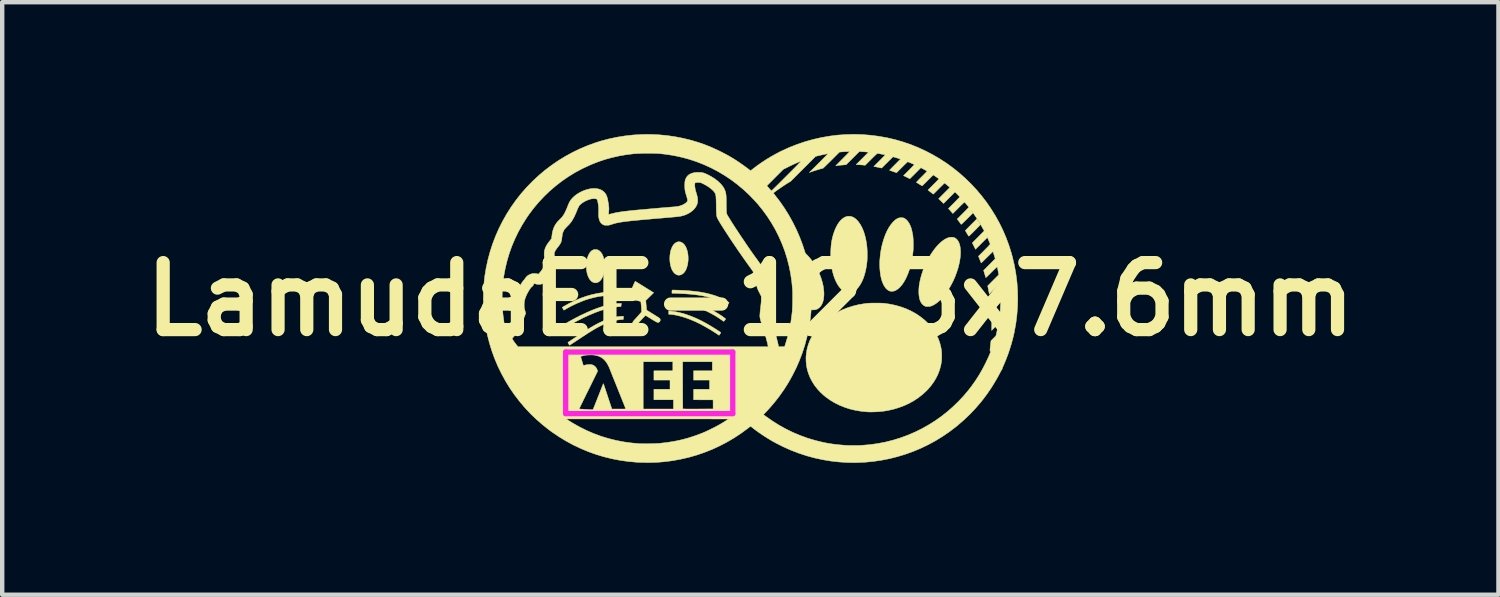
<source format=kicad_pcb>
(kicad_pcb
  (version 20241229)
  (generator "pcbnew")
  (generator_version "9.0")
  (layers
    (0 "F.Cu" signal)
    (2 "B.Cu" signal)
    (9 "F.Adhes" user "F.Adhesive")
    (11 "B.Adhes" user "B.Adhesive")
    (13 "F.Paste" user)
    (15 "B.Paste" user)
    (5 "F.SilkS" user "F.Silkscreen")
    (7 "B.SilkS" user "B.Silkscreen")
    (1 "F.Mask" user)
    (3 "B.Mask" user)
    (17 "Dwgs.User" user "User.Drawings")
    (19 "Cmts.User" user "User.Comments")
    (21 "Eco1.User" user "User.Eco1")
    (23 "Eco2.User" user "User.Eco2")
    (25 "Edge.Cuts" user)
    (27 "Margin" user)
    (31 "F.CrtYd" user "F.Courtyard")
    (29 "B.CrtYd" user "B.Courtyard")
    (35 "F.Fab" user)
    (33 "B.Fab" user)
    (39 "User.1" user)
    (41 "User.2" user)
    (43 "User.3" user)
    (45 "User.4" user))
  (footprint "LamudaEE-12.3x7.6mm"
    (layer "F.Cu")
    (at 14.014 3.756)
    (property "Reference" "LamudaEE-12.3x7.6mm" (at 0 0 0) (layer "F.SilkS") (effects (font (size 1.524 1.524) (thickness 0.3))))
    (attr exclude_from_pos_files exclude_from_bom)
    (fp_poly (pts (xy -1.826 0.267) (xy -1.714 0.281) (xy -1.6 0.305) (xy -1.483 0.337) (xy -1.364 0.379) (xy -1.242 0.429) (xy -1.117 0.488) (xy -0.989 0.557) (xy -0.9 0.609) (xy -0.872 0.626) (xy -0.842 0.644) (xy -0.811 0.664) (xy -0.781 0.683) (xy -0.752 0.701) (xy -0.726 0.719) (xy -0.704 0.733) (xy -0.687 0.745) (xy -0.676 0.753) (xy -0.672 0.756) (xy -0.674 0.762) (xy -0.68 0.773) (xy -0.689 0.787) (xy -0.69 0.789) (xy -0.711 0.819) (xy -0.784 0.77) (xy -0.904 0.694) (xy -1.023 0.625) (xy -1.139 0.562) (xy -1.253 0.507) (xy -1.364 0.46) (xy -1.472 0.42) (xy -1.576 0.388) (xy -1.675 0.364) (xy -1.745 0.351) (xy -1.772 0.348) (xy -1.797 0.345) (xy -1.818 0.343) (xy -1.832 0.342) (xy -1.833 0.342) (xy -1.856 0.342) (xy -1.856 0.264) (xy -1.826 0.267)) (stroke (width 0.01) (type solid)) (fill yes) (layer "F.SilkS"))
    (fp_poly (pts (xy -1.599 -1.306) (xy -1.566 -1.295) (xy -1.535 -1.276) (xy -1.505 -1.247) (xy -1.479 -1.21) (xy -1.465 -1.185) (xy -1.445 -1.134) (xy -1.429 -1.078) (xy -1.419 -1.02) (xy -1.414 -0.959) (xy -1.414 -0.899) (xy -1.419 -0.839) (xy -1.429 -0.781) (xy -1.444 -0.727) (xy -1.463 -0.677) (xy -1.486 -0.635) (xy -1.508 -0.606) (xy -1.538 -0.579) (xy -1.57 -0.56) (xy -1.603 -0.55) (xy -1.637 -0.548) (xy -1.664 -0.554) (xy -1.697 -0.57) (xy -1.728 -0.595) (xy -1.755 -0.627) (xy -1.779 -0.667) (xy -1.799 -0.714) (xy -1.814 -0.767) (xy -1.825 -0.825) (xy -1.831 -0.887) (xy -1.832 -0.927) (xy -1.829 -0.996) (xy -1.821 -1.058) (xy -1.808 -1.115) (xy -1.788 -1.168) (xy -1.78 -1.186) (xy -1.756 -1.228) (xy -1.728 -1.262) (xy -1.697 -1.286) (xy -1.665 -1.302) (xy -1.632 -1.308) (xy -1.599 -1.306)) (stroke (width 0.01) (type solid)) (fill yes) (layer "F.SilkS"))
    (fp_poly (pts (xy 5.174 -1.795) (xy 5.193 -1.764) (xy 5.209 -1.737) (xy 5.221 -1.717) (xy 5.229 -1.703) (xy 5.231 -1.697) (xy 5.228 -1.692) (xy 5.219 -1.682) (xy 5.204 -1.666) (xy 5.184 -1.646) (xy 5.16 -1.622) (xy 5.134 -1.595) (xy 5.105 -1.566) (xy 5.1 -1.561) (xy 5.067 -1.528) (xy 5.039 -1.5) (xy 5.017 -1.479) (xy 5 -1.463) (xy 4.988 -1.451) (xy 4.978 -1.443) (xy 4.972 -1.439) (xy 4.968 -1.437) (xy 4.965 -1.437) (xy 4.963 -1.44) (xy 4.961 -1.442) (xy 4.95 -1.46) (xy 4.937 -1.48) (xy 4.924 -1.502) (xy 4.912 -1.522) (xy 4.902 -1.54) (xy 4.894 -1.554) (xy 4.89 -1.561) (xy 4.889 -1.562) (xy 4.893 -1.566) (xy 4.902 -1.577) (xy 4.917 -1.592) (xy 4.937 -1.612) (xy 4.96 -1.636) (xy 4.987 -1.663) (xy 5.016 -1.692) (xy 5.021 -1.697) (xy 5.152 -1.828) (xy 5.174 -1.795)) (stroke (width 0.01) (type solid)) (fill yes) (layer "F.SilkS"))
    (fp_poly (pts (xy -3.486 -1.129) (xy -3.452 -1.115) (xy -3.422 -1.093) (xy -3.394 -1.063) (xy -3.37 -1.026) (xy -3.35 -0.981) (xy -3.334 -0.93) (xy -3.322 -0.874) (xy -3.315 -0.811) (xy -3.313 -0.782) (xy -3.313 -0.708) (xy -3.32 -0.642) (xy -3.333 -0.58) (xy -3.353 -0.522) (xy -3.363 -0.501) (xy -3.386 -0.46) (xy -3.412 -0.426) (xy -3.442 -0.4) (xy -3.473 -0.383) (xy -3.506 -0.374) (xy -3.54 -0.375) (xy -3.546 -0.376) (xy -3.576 -0.386) (xy -3.605 -0.403) (xy -3.63 -0.425) (xy -3.658 -0.46) (xy -3.681 -0.502) (xy -3.7 -0.55) (xy -3.715 -0.603) (xy -3.724 -0.66) (xy -3.73 -0.719) (xy -3.73 -0.778) (xy -3.726 -0.837) (xy -3.717 -0.895) (xy -3.703 -0.949) (xy -3.684 -1) (xy -3.66 -1.044) (xy -3.652 -1.057) (xy -3.625 -1.09) (xy -3.596 -1.113) (xy -3.565 -1.127) (xy -3.53 -1.133) (xy -3.521 -1.133) (xy -3.486 -1.129)) (stroke (width 0.01) (type solid)) (fill yes) (layer "F.SilkS"))
    (fp_poly (pts (xy -3.06 -0.164) (xy -3.052 -0.164) (xy -2.994 -0.16) (xy -2.994 -0.13) (xy -2.995 -0.113) (xy -2.996 -0.1) (xy -2.998 -0.095) (xy -3.004 -0.093) (xy -3.017 -0.091) (xy -3.04 -0.09) (xy -3.072 -0.09) (xy -3.113 -0.089) (xy -3.121 -0.089) (xy -3.229 -0.087) (xy -3.332 -0.079) (xy -3.432 -0.066) (xy -3.532 -0.046) (xy -3.635 -0.02) (xy -3.698 -0.002) (xy -3.775 0.024) (xy -3.856 0.056) (xy -3.94 0.091) (xy -4.023 0.13) (xy -4.103 0.17) (xy -4.177 0.211) (xy -4.178 0.212) (xy -4.24 0.248) (xy -4.259 0.216) (xy -4.278 0.184) (xy -4.241 0.161) (xy -4.117 0.092) (xy -3.99 0.03) (xy -3.861 -0.024) (xy -3.731 -0.07) (xy -3.6 -0.107) (xy -3.469 -0.135) (xy -3.34 -0.154) (xy -3.319 -0.156) (xy -3.277 -0.16) (xy -3.232 -0.162) (xy -3.185 -0.164) (xy -3.138 -0.165) (xy -3.096 -0.165) (xy -3.06 -0.164)) (stroke (width 0.01) (type solid)) (fill yes) (layer "F.SilkS"))
    (fp_poly (pts (xy -1.806 0.00005) (xy -1.79 0.001) (xy -1.767 0.002) (xy -1.738 0.005) (xy -1.706 0.007) (xy -1.672 0.011) (xy -1.639 0.014) (xy -1.612 0.018) (xy -1.471 0.04) (xy -1.333 0.071) (xy -1.197 0.11) (xy -1.065 0.158) (xy -0.937 0.214) (xy -0.814 0.277) (xy -0.697 0.348) (xy -0.647 0.382) (xy -0.625 0.398) (xy -0.605 0.412) (xy -0.588 0.425) (xy -0.577 0.433) (xy -0.577 0.434) (xy -0.56 0.448) (xy -0.581 0.474) (xy -0.592 0.488) (xy -0.6 0.497) (xy -0.605 0.502) (xy -0.605 0.502) (xy -0.61 0.5) (xy -0.621 0.492) (xy -0.637 0.481) (xy -0.657 0.468) (xy -0.669 0.459) (xy -0.738 0.413) (xy -0.813 0.366) (xy -0.893 0.322) (xy -0.973 0.281) (xy -1.051 0.245) (xy -1.085 0.231) (xy -1.194 0.19) (xy -1.31 0.155) (xy -1.429 0.125) (xy -1.548 0.102) (xy -1.666 0.086) (xy -1.727 0.081) (xy -1.75 0.079) (xy -1.774 0.077) (xy -1.794 0.075) (xy -1.794 0.075) (xy -1.822 0.072) (xy -1.822 0) (xy -1.806 0.00005)) (stroke (width 0.01) (type solid)) (fill yes) (layer "F.SilkS"))
    (fp_poly (pts (xy -1.709 -0.209) (xy -1.675 -0.208) (xy -1.637 -0.207) (xy -1.595 -0.205) (xy -1.552 -0.203) (xy -1.508 -0.201) (xy -1.464 -0.198) (xy -1.421 -0.195) (xy -1.392 -0.193) (xy -1.256 -0.18) (xy -1.127 -0.162) (xy -1.007 -0.139) (xy -0.896 -0.111) (xy -0.791 -0.079) (xy -0.695 -0.042) (xy -0.606 0.000313) (xy -0.524 0.048) (xy -0.519 0.051) (xy -0.483 0.074) (xy -0.491 0.087) (xy -0.507 0.11) (xy -0.517 0.127) (xy -0.523 0.135) (xy -0.525 0.137) (xy -0.529 0.134) (xy -0.539 0.128) (xy -0.554 0.118) (xy -0.564 0.112) (xy -0.635 0.071) (xy -0.714 0.033) (xy -0.798 -0.001) (xy -0.886 -0.03) (xy -0.904 -0.036) (xy -0.972 -0.054) (xy -1.041 -0.07) (xy -1.114 -0.084) (xy -1.192 -0.096) (xy -1.275 -0.107) (xy -1.363 -0.116) (xy -1.459 -0.123) (xy -1.562 -0.129) (xy -1.675 -0.134) (xy -1.691 -0.135) (xy -1.783 -0.138) (xy -1.783 -0.17) (xy -1.782 -0.188) (xy -1.781 -0.201) (xy -1.779 -0.208) (xy -1.773 -0.209) (xy -1.759 -0.21) (xy -1.737 -0.21) (xy -1.709 -0.209)) (stroke (width 0.01) (type solid)) (fill yes) (layer "F.SilkS"))
    (fp_poly (pts (xy -2.938 0.128) (xy -2.939 0.145) (xy -2.941 0.158) (xy -2.942 0.164) (xy -2.942 0.164) (xy -2.947 0.165) (xy -2.96 0.166) (xy -2.979 0.168) (xy -3.003 0.17) (xy -3.012 0.17) (xy -3.108 0.182) (xy -3.209 0.201) (xy -3.316 0.229) (xy -3.428 0.264) (xy -3.545 0.308) (xy -3.668 0.36) (xy -3.796 0.419) (xy -3.93 0.487) (xy -4.069 0.563) (xy -4.213 0.646) (xy -4.237 0.66) (xy -4.258 0.673) (xy -4.275 0.683) (xy -4.285 0.689) (xy -4.289 0.692) (xy -4.293 0.688) (xy -4.3 0.679) (xy -4.309 0.664) (xy -4.31 0.661) (xy -4.319 0.645) (xy -4.324 0.633) (xy -4.325 0.626) (xy -4.325 0.626) (xy -4.319 0.622) (xy -4.307 0.614) (xy -4.289 0.603) (xy -4.267 0.59) (xy -4.242 0.575) (xy -4.109 0.498) (xy -3.979 0.428) (xy -3.853 0.363) (xy -3.731 0.306) (xy -3.614 0.255) (xy -3.502 0.211) (xy -3.395 0.174) (xy -3.294 0.144) (xy -3.199 0.121) (xy -3.152 0.113) (xy -3.109 0.106) (xy -3.066 0.1) (xy -3.025 0.096) (xy -2.989 0.094) (xy -2.964 0.093) (xy -2.934 0.093) (xy -2.938 0.128)) (stroke (width 0.01) (type solid)) (fill yes) (layer "F.SilkS"))
    (fp_poly (pts (xy -2.887 0.422) (xy -2.887 0.441) (xy -2.888 0.452) (xy -2.89 0.457) (xy -2.895 0.459) (xy -2.898 0.459) (xy -2.954 0.463) (xy -3.016 0.471) (xy -3.08 0.484) (xy -3.146 0.501) (xy -3.185 0.513) (xy -3.231 0.529) (xy -3.276 0.546) (xy -3.321 0.564) (xy -3.367 0.585) (xy -3.414 0.608) (xy -3.463 0.634) (xy -3.516 0.663) (xy -3.572 0.696) (xy -3.632 0.733) (xy -3.698 0.774) (xy -3.77 0.82) (xy -3.848 0.872) (xy -3.88 0.893) (xy -3.92 0.92) (xy -3.958 0.945) (xy -3.993 0.968) (xy -4.024 0.989) (xy -4.051 1.006) (xy -4.072 1.02) (xy -4.087 1.03) (xy -4.094 1.035) (xy -4.112 1.046) (xy -4.132 1.015) (xy -4.142 0.999) (xy -4.147 0.989) (xy -4.148 0.983) (xy -4.145 0.979) (xy -4.143 0.978) (xy -4.134 0.971) (xy -4.117 0.959) (xy -4.093 0.944) (xy -4.065 0.925) (xy -4.032 0.903) (xy -3.995 0.878) (xy -3.956 0.853) (xy -3.916 0.826) (xy -3.875 0.799) (xy -3.834 0.772) (xy -3.794 0.747) (xy -3.757 0.722) (xy -3.723 0.7) (xy -3.693 0.681) (xy -3.668 0.665) (xy -3.649 0.653) (xy -3.639 0.647) (xy -3.541 0.59) (xy -3.448 0.541) (xy -3.36 0.499) (xy -3.276 0.464) (xy -3.195 0.436) (xy -3.117 0.415) (xy -3.04 0.399) (xy -2.965 0.39) (xy -2.941 0.388) (xy -2.887 0.384) (xy -2.887 0.422)) (stroke (width 0.01) (type solid)) (fill yes) (layer "F.SilkS"))
    (fp_poly (pts (xy 4.59 -1.411) (xy 4.614 -1.408) (xy 4.633 -1.404) (xy 4.65 -1.397) (xy 4.654 -1.394) (xy 4.687 -1.371) (xy 4.715 -1.34) (xy 4.738 -1.301) (xy 4.756 -1.256) (xy 4.769 -1.204) (xy 4.777 -1.146) (xy 4.78 -1.083) (xy 4.779 -1.016) (xy 4.772 -0.944) (xy 4.761 -0.868) (xy 4.744 -0.789) (xy 4.723 -0.708) (xy 4.696 -0.624) (xy 4.665 -0.539) (xy 4.657 -0.518) (xy 4.62 -0.432) (xy 4.579 -0.35) (xy 4.535 -0.271) (xy 4.489 -0.197) (xy 4.44 -0.128) (xy 4.39 -0.064) (xy 4.339 -0.007) (xy 4.288 0.043) (xy 4.236 0.086) (xy 4.185 0.12) (xy 4.135 0.145) (xy 4.128 0.148) (xy 4.106 0.156) (xy 4.087 0.161) (xy 4.065 0.163) (xy 4.044 0.164) (xy 4.023 0.165) (xy 4.003 0.164) (xy 3.99 0.163) (xy 3.986 0.162) (xy 3.95 0.145) (xy 3.919 0.12) (xy 3.891 0.087) (xy 3.868 0.047) (xy 3.851 0.000214) (xy 3.847 -0.015) (xy 3.836 -0.079) (xy 3.831 -0.15) (xy 3.832 -0.227) (xy 3.839 -0.309) (xy 3.853 -0.394) (xy 3.873 -0.483) (xy 3.899 -0.574) (xy 3.93 -0.667) (xy 3.948 -0.713) (xy 3.985 -0.8) (xy 4.025 -0.883) (xy 4.069 -0.963) (xy 4.115 -1.038) (xy 4.164 -1.109) (xy 4.214 -1.174) (xy 4.265 -1.232) (xy 4.317 -1.284) (xy 4.369 -1.327) (xy 4.421 -1.363) (xy 4.457 -1.382) (xy 4.494 -1.398) (xy 4.528 -1.407) (xy 4.562 -1.411) (xy 4.59 -1.411)) (stroke (width 0.01) (type solid)) (fill yes) (layer "F.SilkS"))
    (fp_poly (pts (xy 2.264 -1.888) (xy 2.306 -1.879) (xy 2.348 -1.861) (xy 2.389 -1.833) (xy 2.42 -1.806) (xy 2.464 -1.755) (xy 2.504 -1.696) (xy 2.54 -1.629) (xy 2.572 -1.554) (xy 2.599 -1.472) (xy 2.622 -1.382) (xy 2.64 -1.286) (xy 2.65 -1.209) (xy 2.653 -1.173) (xy 2.656 -1.13) (xy 2.658 -1.082) (xy 2.658 -1.032) (xy 2.658 -0.982) (xy 2.658 -0.934) (xy 2.656 -0.892) (xy 2.653 -0.856) (xy 2.653 -0.852) (xy 2.639 -0.746) (xy 2.62 -0.646) (xy 2.595 -0.554) (xy 2.567 -0.47) (xy 2.533 -0.394) (xy 2.494 -0.326) (xy 2.49 -0.319) (xy 2.452 -0.267) (xy 2.413 -0.225) (xy 2.372 -0.192) (xy 2.329 -0.168) (xy 2.285 -0.154) (xy 2.24 -0.149) (xy 2.21 -0.151) (xy 2.168 -0.162) (xy 2.127 -0.183) (xy 2.087 -0.211) (xy 2.049 -0.249) (xy 2.013 -0.293) (xy 1.979 -0.345) (xy 1.948 -0.404) (xy 1.919 -0.469) (xy 1.894 -0.54) (xy 1.873 -0.616) (xy 1.855 -0.696) (xy 1.849 -0.729) (xy 1.842 -0.777) (xy 1.836 -0.821) (xy 1.832 -0.864) (xy 1.829 -0.906) (xy 1.828 -0.952) (xy 1.827 -1.003) (xy 1.828 -1.061) (xy 1.828 -1.061) (xy 1.831 -1.142) (xy 1.836 -1.215) (xy 1.844 -1.283) (xy 1.855 -1.347) (xy 1.869 -1.41) (xy 1.887 -1.475) (xy 1.9 -1.514) (xy 1.927 -1.587) (xy 1.957 -1.652) (xy 1.989 -1.71) (xy 2.024 -1.76) (xy 2.061 -1.802) (xy 2.1 -1.836) (xy 2.14 -1.862) (xy 2.18 -1.88) (xy 2.222 -1.888) (xy 2.264 -1.888)) (stroke (width 0.01) (type solid)) (fill yes) (layer "F.SilkS"))
    (fp_poly (pts (xy 3.431 -1.854) (xy 3.456 -1.853) (xy 3.473 -1.852) (xy 3.486 -1.849) (xy 3.497 -1.845) (xy 3.5 -1.843) (xy 3.539 -1.817) (xy 3.573 -1.783) (xy 3.604 -1.74) (xy 3.631 -1.689) (xy 3.655 -1.629) (xy 3.674 -1.56) (xy 3.69 -1.482) (xy 3.696 -1.449) (xy 3.699 -1.419) (xy 3.702 -1.382) (xy 3.704 -1.339) (xy 3.706 -1.294) (xy 3.706 -1.247) (xy 3.706 -1.202) (xy 3.705 -1.16) (xy 3.704 -1.124) (xy 3.703 -1.116) (xy 3.693 -1.019) (xy 3.678 -0.925) (xy 3.66 -0.833) (xy 3.638 -0.745) (xy 3.613 -0.661) (xy 3.584 -0.582) (xy 3.553 -0.508) (xy 3.519 -0.44) (xy 3.483 -0.379) (xy 3.444 -0.324) (xy 3.404 -0.278) (xy 3.362 -0.239) (xy 3.319 -0.21) (xy 3.299 -0.199) (xy 3.278 -0.191) (xy 3.259 -0.185) (xy 3.238 -0.183) (xy 3.227 -0.182) (xy 3.206 -0.182) (xy 3.188 -0.183) (xy 3.176 -0.185) (xy 3.175 -0.185) (xy 3.137 -0.203) (xy 3.102 -0.229) (xy 3.071 -0.263) (xy 3.043 -0.305) (xy 3.018 -0.354) (xy 2.996 -0.409) (xy 2.978 -0.469) (xy 2.964 -0.535) (xy 2.953 -0.606) (xy 2.946 -0.681) (xy 2.942 -0.759) (xy 2.942 -0.84) (xy 2.947 -0.923) (xy 2.955 -1.007) (xy 2.967 -1.093) (xy 2.983 -1.18) (xy 3.004 -1.266) (xy 3.029 -1.352) (xy 3.039 -1.382) (xy 3.072 -1.473) (xy 3.108 -1.554) (xy 3.148 -1.627) (xy 3.191 -1.692) (xy 3.238 -1.749) (xy 3.255 -1.766) (xy 3.278 -1.788) (xy 3.296 -1.805) (xy 3.313 -1.817) (xy 3.33 -1.828) (xy 3.343 -1.835) (xy 3.362 -1.843) (xy 3.376 -1.849) (xy 3.389 -1.852) (xy 3.405 -1.853) (xy 3.426 -1.854) (xy 3.431 -1.854)) (stroke (width 0.01) (type solid)) (fill yes) (layer "F.SilkS"))
    (fp_poly (pts (xy 2.892 0.086) (xy 2.936 0.086) (xy 2.977 0.088) (xy 3.012 0.089) (xy 3.04 0.091) (xy 3.046 0.092) (xy 3.177 0.111) (xy 3.304 0.138) (xy 3.425 0.173) (xy 3.541 0.215) (xy 3.651 0.265) (xy 3.755 0.322) (xy 3.784 0.34) (xy 3.878 0.405) (xy 3.965 0.475) (xy 4.043 0.55) (xy 4.113 0.628) (xy 4.174 0.711) (xy 4.227 0.798) (xy 4.271 0.888) (xy 4.306 0.982) (xy 4.331 1.079) (xy 4.345 1.154) (xy 4.348 1.183) (xy 4.35 1.22) (xy 4.352 1.26) (xy 4.352 1.303) (xy 4.351 1.343) (xy 4.35 1.38) (xy 4.347 1.41) (xy 4.347 1.412) (xy 4.33 1.511) (xy 4.303 1.608) (xy 4.267 1.703) (xy 4.222 1.795) (xy 4.168 1.884) (xy 4.105 1.97) (xy 4.034 2.052) (xy 4.001 2.086) (xy 3.912 2.167) (xy 3.817 2.241) (xy 3.715 2.308) (xy 3.608 2.368) (xy 3.494 2.42) (xy 3.375 2.464) (xy 3.252 2.501) (xy 3.123 2.53) (xy 3.111 2.532) (xy 3.044 2.543) (xy 2.972 2.551) (xy 2.897 2.558) (xy 2.821 2.561) (xy 2.747 2.563) (xy 2.679 2.562) (xy 2.64 2.559) (xy 2.508 2.545) (xy 2.38 2.523) (xy 2.257 2.493) (xy 2.138 2.454) (xy 2.024 2.408) (xy 1.916 2.354) (xy 1.813 2.292) (xy 1.716 2.222) (xy 1.675 2.189) (xy 1.596 2.117) (xy 1.525 2.04) (xy 1.462 1.96) (xy 1.408 1.875) (xy 1.362 1.788) (xy 1.325 1.698) (xy 1.296 1.606) (xy 1.277 1.512) (xy 1.267 1.416) (xy 1.265 1.32) (xy 1.274 1.223) (xy 1.291 1.126) (xy 1.317 1.033) (xy 1.353 0.938) (xy 1.399 0.846) (xy 1.453 0.757) (xy 1.516 0.672) (xy 1.588 0.59) (xy 1.667 0.512) (xy 1.755 0.439) (xy 1.782 0.419) (xy 1.881 0.351) (xy 1.987 0.291) (xy 2.098 0.237) (xy 2.215 0.191) (xy 2.337 0.153) (xy 2.463 0.122) (xy 2.594 0.1) (xy 2.655 0.092) (xy 2.681 0.09) (xy 2.715 0.088) (xy 2.756 0.087) (xy 2.799 0.086) (xy 2.845 0.086) (xy 2.892 0.086)) (stroke (width 0.01) (type solid)) (fill yes) (layer "F.SilkS"))
    (fp_poly (pts (xy -2.613 -0.406) (xy -2.601 -0.399) (xy -2.582 -0.387) (xy -2.557 -0.372) (xy -2.527 -0.354) (xy -2.493 -0.332) (xy -2.455 -0.309) (xy -2.415 -0.284) (xy -2.406 -0.278) (xy -2.198 -0.149) (xy -2.378 0.027) (xy -2.369 0.136) (xy -2.366 0.168) (xy -2.363 0.196) (xy -2.361 0.219) (xy -2.36 0.236) (xy -2.358 0.245) (xy -2.358 0.247) (xy -2.354 0.249) (xy -2.342 0.257) (xy -2.324 0.268) (xy -2.301 0.282) (xy -2.273 0.3) (xy -2.241 0.319) (xy -2.213 0.337) (xy -2.179 0.358) (xy -2.147 0.378) (xy -2.118 0.396) (xy -2.095 0.411) (xy -2.076 0.424) (xy -2.064 0.432) (xy -2.06 0.435) (xy -2.051 0.453) (xy -2.049 0.474) (xy -2.053 0.494) (xy -2.064 0.511) (xy -2.076 0.52) (xy -2.085 0.525) (xy -2.094 0.527) (xy -2.103 0.527) (xy -2.114 0.525) (xy -2.127 0.52) (xy -2.144 0.512) (xy -2.166 0.499) (xy -2.194 0.483) (xy -2.228 0.462) (xy -2.25 0.449) (xy -2.281 0.429) (xy -2.311 0.411) (xy -2.337 0.395) (xy -2.358 0.383) (xy -2.374 0.374) (xy -2.382 0.369) (xy -2.384 0.368) (xy -2.389 0.371) (xy -2.4 0.381) (xy -2.416 0.398) (xy -2.437 0.42) (xy -2.462 0.447) (xy -2.489 0.476) (xy -2.514 0.504) (xy -2.537 0.53) (xy -2.558 0.552) (xy -2.575 0.57) (xy -2.588 0.583) (xy -2.596 0.59) (xy -2.598 0.591) (xy -2.619 0.596) (xy -2.642 0.591) (xy -2.651 0.586) (xy -2.666 0.574) (xy -2.675 0.558) (xy -2.677 0.538) (xy -2.677 0.532) (xy -2.676 0.526) (xy -2.674 0.52) (xy -2.67 0.513) (xy -2.664 0.504) (xy -2.654 0.491) (xy -2.641 0.476) (xy -2.623 0.455) (xy -2.599 0.429) (xy -2.57 0.397) (xy -2.569 0.396) (xy -2.546 0.37) (xy -2.525 0.346) (xy -2.506 0.325) (xy -2.491 0.308) (xy -2.481 0.297) (xy -2.477 0.292) (xy -2.475 0.288) (xy -2.474 0.281) (xy -2.474 0.27) (xy -2.474 0.254) (xy -2.475 0.231) (xy -2.477 0.201) (xy -2.479 0.17) (xy -2.482 0.136) (xy -2.485 0.106) (xy -2.488 0.082) (xy -2.49 0.063) (xy -2.492 0.053) (xy -2.493 0.051) (xy -2.499 0.048) (xy -2.513 0.044) (xy -2.535 0.039) (xy -2.562 0.032) (xy -2.594 0.025) (xy -2.629 0.017) (xy -2.64 0.015) (xy -2.676 0.007) (xy -2.709 -0.001) (xy -2.737 -0.007) (xy -2.76 -0.013) (xy -2.777 -0.017) (xy -2.785 -0.019) (xy -2.786 -0.02) (xy -2.785 -0.025) (xy -2.78 -0.037) (xy -2.773 -0.057) (xy -2.763 -0.082) (xy -2.75 -0.111) (xy -2.737 -0.144) (xy -2.722 -0.179) (xy -2.706 -0.215) (xy -2.691 -0.251) (xy -2.675 -0.286) (xy -2.661 -0.318) (xy -2.648 -0.348) (xy -2.636 -0.373) (xy -2.627 -0.392) (xy -2.621 -0.404) (xy -2.618 -0.409) (xy -2.618 -0.409) (xy -2.613 -0.406)) (stroke (width 0.01) (type solid)) (fill yes) (layer "F.SilkS"))
    (fp_poly (pts (xy 2.542 -3.746) (xy 2.731 -3.731) (xy 2.919 -3.707) (xy 3.107 -3.673) (xy 3.111 -3.673) (xy 3.294 -3.63) (xy 3.473 -3.578) (xy 3.649 -3.518) (xy 3.82 -3.449) (xy 3.988 -3.371) (xy 4.151 -3.286) (xy 4.309 -3.193) (xy 4.463 -3.093) (xy 4.611 -2.985) (xy 4.753 -2.871) (xy 4.89 -2.749) (xy 5.021 -2.621) (xy 5.146 -2.487) (xy 5.263 -2.347) (xy 5.375 -2.202) (xy 5.478 -2.05) (xy 5.575 -1.894) (xy 5.664 -1.733) (xy 5.745 -1.567) (xy 5.818 -1.396) (xy 5.882 -1.222) (xy 5.938 -1.043) (xy 5.961 -0.957) (xy 6.005 -0.77) (xy 6.039 -0.581) (xy 6.063 -0.392) (xy 6.077 -0.203) (xy 6.081 -0.013) (xy 6.076 0.178) (xy 6.061 0.368) (xy 6.037 0.558) (xy 6.002 0.748) (xy 5.996 0.779) (xy 5.968 0.896) (xy 5.935 1.016) (xy 5.897 1.139) (xy 5.856 1.26) (xy 5.811 1.377) (xy 5.765 1.487) (xy 5.758 1.502) (xy 5.748 1.526) (xy 5.738 1.548) (xy 5.731 1.567) (xy 5.727 1.579) (xy 5.727 1.581) (xy 5.723 1.593) (xy 5.718 1.601) (xy 5.717 1.601) (xy 5.713 1.607) (xy 5.705 1.619) (xy 5.696 1.636) (xy 5.691 1.646) (xy 5.624 1.772) (xy 5.55 1.899) (xy 5.471 2.026) (xy 5.387 2.148) (xy 5.3 2.265) (xy 5.239 2.342) (xy 5.12 2.48) (xy 4.994 2.613) (xy 4.861 2.74) (xy 4.724 2.859) (xy 4.672 2.902) (xy 4.522 3.016) (xy 4.366 3.122) (xy 4.206 3.22) (xy 4.041 3.309) (xy 3.872 3.39) (xy 3.7 3.462) (xy 3.524 3.525) (xy 3.345 3.579) (xy 3.163 3.625) (xy 2.979 3.661) (xy 2.793 3.688) (xy 2.605 3.706) (xy 2.416 3.714) (xy 2.225 3.713) (xy 2.205 3.712) (xy 2.017 3.7) (xy 1.83 3.679) (xy 1.644 3.648) (xy 1.46 3.608) (xy 1.279 3.559) (xy 1.1 3.5) (xy 0.925 3.433) (xy 0.754 3.357) (xy 0.587 3.273) (xy 0.498 3.224) (xy 0.396 3.163) (xy 0.293 3.097) (xy 0.193 3.029) (xy 0.098 2.96) (xy 0.038 2.913) (xy 0.005 2.886) (xy -0.057 2.935) (xy -0.211 3.048) (xy -0.369 3.152) (xy -0.532 3.248) (xy -0.699 3.335) (xy -0.87 3.414) (xy -1.045 3.483) (xy -1.223 3.544) (xy -1.405 3.596) (xy -1.59 3.638) (xy -1.778 3.672) (xy -1.969 3.696) (xy -2.108 3.707) (xy -2.14 3.709) (xy -2.181 3.71) (xy -2.227 3.711) (xy -2.277 3.712) (xy -2.33 3.712) (xy -2.383 3.712) (xy -2.435 3.711) (xy -2.483 3.711) (xy -2.526 3.709) (xy -2.562 3.708) (xy -2.572 3.707) (xy -2.765 3.69) (xy -2.955 3.664) (xy -3.142 3.628) (xy -3.326 3.583) (xy -3.507 3.529) (xy -3.684 3.466) (xy -3.858 3.393) (xy -4.029 3.312) (xy -4.195 3.222) (xy -4.357 3.123) (xy -4.515 3.016) (xy -4.579 2.969) (xy -4.729 2.85) (xy -4.871 2.725) (xy -4.876 2.721) (xy -4.188 2.721) (xy -4.149 2.747) (xy -4.131 2.759) (xy -4.107 2.774) (xy -4.08 2.791) (xy -4.052 2.808) (xy -4.037 2.817) (xy -3.881 2.905) (xy -3.721 2.985) (xy -3.558 3.055) (xy -3.392 3.116) (xy -3.223 3.167) (xy -3.051 3.21) (xy -2.874 3.244) (xy -2.694 3.268) (xy -2.51 3.284) (xy -2.501 3.284) (xy -2.478 3.285) (xy -2.447 3.286) (xy -2.409 3.286) (xy -2.367 3.285) (xy -2.321 3.285) (xy -2.274 3.284) (xy -2.227 3.283) (xy -2.182 3.282) (xy -2.14 3.28) (xy -2.103 3.278) (xy -2.073 3.277) (xy -2.056 3.275) (xy -1.884 3.255) (xy -1.718 3.228) (xy -1.555 3.193) (xy -1.395 3.149) (xy -1.237 3.097) (xy -1.079 3.037) (xy -1.076 3.035) (xy -1.04 3.02) (xy -0.997 3.001) (xy -0.949 2.978) (xy -0.9 2.954) (xy -0.849 2.929) (xy -0.8 2.904) (xy -0.755 2.88) (xy -0.715 2.858) (xy -0.698 2.849) (xy -0.673 2.834) (xy -0.646 2.818) (xy -0.618 2.801) (xy -0.591 2.784) (xy -0.564 2.767) (xy -0.541 2.752) (xy -0.521 2.74) (xy -0.507 2.73) (xy -0.499 2.724) (xy -0.498 2.723) (xy -0.503 2.723) (xy -0.517 2.722) (xy -0.541 2.722) (xy -0.573 2.722) (xy -0.613 2.722) (xy -0.662 2.722) (xy -0.718 2.722) (xy -0.782 2.722) (xy -0.853 2.722) (xy -0.931 2.721) (xy -1.015 2.721) (xy -1.105 2.721) (xy -1.201 2.721) (xy -1.302 2.721) (xy -1.408 2.721) (xy -1.519 2.721) (xy -1.634 2.721) (xy -1.754 2.721) (xy -1.877 2.721) (xy -2.003 2.721) (xy -2.133 2.721) (xy -2.265 2.721) (xy -2.343 2.721) (xy -4.188 2.721) (xy -4.876 2.721) (xy -4.978 2.623) (xy 0.297 2.623) (xy 0.353 2.664) (xy 0.5 2.767) (xy 0.653 2.863) (xy 0.81 2.95) (xy 0.971 3.029) (xy 1.136 3.098) (xy 1.304 3.159) (xy 1.475 3.21) (xy 1.639 3.25) (xy 1.734 3.27) (xy 1.829 3.286) (xy 1.926 3.299) (xy 2.027 3.31) (xy 2.134 3.319) (xy 2.196 3.323) (xy 2.221 3.324) (xy 2.253 3.325) (xy 2.292 3.325) (xy 2.334 3.325) (xy 2.378 3.325) (xy 2.421 3.325) (xy 2.462 3.324) (xy 2.498 3.323) (xy 2.528 3.322) (xy 2.533 3.321) (xy 2.716 3.306) (xy 2.896 3.281) (xy 3.073 3.247) (xy 3.247 3.203) (xy 3.418 3.15) (xy 3.586 3.088) (xy 3.751 3.017) (xy 3.912 2.937) (xy 4.07 2.847) (xy 4.208 2.76) (xy 4.345 2.663) (xy 4.478 2.558) (xy 4.607 2.445) (xy 4.731 2.325) (xy 4.849 2.2) (xy 4.959 2.069) (xy 5.031 1.976) (xy 5.119 1.852) (xy 5.203 1.721) (xy 5.281 1.585) (xy 5.353 1.446) (xy 5.418 1.307) (xy 5.452 1.227) (xy 5.461 1.205) (xy 5.468 1.186) (xy 5.473 1.172) (xy 5.476 1.164) (xy 5.476 1.164) (xy 5.473 1.165) (xy 5.465 1.171) (xy 5.464 1.172) (xy 5.452 1.183) (xy 5.45 1.169) (xy 5.45 1.161) (xy 5.451 1.144) (xy 5.452 1.121) (xy 5.455 1.093) (xy 5.458 1.062) (xy 5.46 1.051) (xy 5.472 0.945) (xy 5.528 0.888) (xy 5.584 0.832) (xy 5.596 0.783) (xy 5.601 0.761) (xy 5.607 0.734) (xy 5.614 0.704) (xy 5.62 0.674) (xy 5.627 0.644) (xy 5.632 0.616) (xy 5.637 0.593) (xy 5.64 0.575) (xy 5.642 0.564) (xy 5.642 0.563) (xy 5.638 0.563) (xy 5.629 0.571) (xy 5.615 0.583) (xy 5.596 0.601) (xy 5.574 0.623) (xy 5.565 0.631) (xy 5.488 0.708) (xy 5.489 0.597) (xy 5.491 0.486) (xy 5.68 0.296) (xy 5.683 0.253) (xy 5.684 0.232) (xy 5.686 0.204) (xy 5.687 0.173) (xy 5.688 0.142) (xy 5.689 0.135) (xy 5.692 0.061) (xy 5.587 0.166) (xy 5.481 0.27) (xy 5.479 0.244) (xy 5.477 0.229) (xy 5.475 0.208) (xy 5.472 0.181) (xy 5.469 0.153) (xy 5.468 0.144) (xy 5.461 0.071) (xy 5.576 -0.044) (xy 5.691 -0.159) (xy 5.685 -0.242) (xy 5.683 -0.271) (xy 5.681 -0.298) (xy 5.679 -0.32) (xy 5.677 -0.337) (xy 5.677 -0.343) (xy 5.673 -0.362) (xy 5.554 -0.242) (xy 5.434 -0.122) (xy 5.416 -0.214) (xy 5.398 -0.305) (xy 5.523 -0.431) (xy 5.648 -0.556) (xy 5.645 -0.582) (xy 5.642 -0.597) (xy 5.639 -0.617) (xy 5.634 -0.641) (xy 5.63 -0.666) (xy 5.625 -0.69) (xy 5.62 -0.712) (xy 5.617 -0.728) (xy 5.615 -0.737) (xy 5.615 -0.737) (xy 5.61 -0.736) (xy 5.6 -0.728) (xy 5.583 -0.712) (xy 5.559 -0.69) (xy 5.528 -0.66) (xy 5.491 -0.624) (xy 5.483 -0.616) (xy 5.45 -0.582) (xy 5.423 -0.556) (xy 5.401 -0.534) (xy 5.385 -0.519) (xy 5.373 -0.507) (xy 5.364 -0.5) (xy 5.358 -0.496) (xy 5.354 -0.495) (xy 5.352 -0.497) (xy 5.351 -0.5) (xy 5.351 -0.501) (xy 5.348 -0.511) (xy 5.343 -0.528) (xy 5.337 -0.55) (xy 5.33 -0.575) (xy 5.326 -0.586) (xy 5.305 -0.657) (xy 5.437 -0.789) (xy 5.569 -0.922) (xy 5.545 -1.001) (xy 5.537 -1.027) (xy 5.529 -1.05) (xy 5.523 -1.068) (xy 5.519 -1.08) (xy 5.517 -1.083) (xy 5.513 -1.081) (xy 5.503 -1.072) (xy 5.488 -1.058) (xy 5.468 -1.038) (xy 5.444 -1.015) (xy 5.417 -0.989) (xy 5.388 -0.96) (xy 5.383 -0.955) (xy 5.353 -0.926) (xy 5.326 -0.899) (xy 5.302 -0.875) (xy 5.281 -0.855) (xy 5.265 -0.84) (xy 5.255 -0.83) (xy 5.25 -0.826) (xy 5.25 -0.826) (xy 5.247 -0.831) (xy 5.242 -0.843) (xy 5.235 -0.862) (xy 5.225 -0.885) (xy 5.218 -0.904) (xy 5.188 -0.979) (xy 5.323 -1.114) (xy 5.358 -1.15) (xy 5.387 -1.179) (xy 5.41 -1.203) (xy 5.427 -1.222) (xy 5.44 -1.236) (xy 5.448 -1.246) (xy 5.453 -1.253) (xy 5.454 -1.258) (xy 5.454 -1.259) (xy 5.451 -1.266) (xy 5.445 -1.281) (xy 5.436 -1.301) (xy 5.426 -1.324) (xy 5.421 -1.338) (xy 5.391 -1.407) (xy 5.12 -1.137) (xy 5.048 -1.282) (xy 5.319 -1.556) (xy 5.283 -1.619) (xy 5.239 -1.697) (xy 5.196 -1.77) (xy 5.15 -1.841) (xy 5.132 -1.868) (xy 5.112 -1.897) (xy 5.093 -1.926) (xy 5.074 -1.953) (xy 5.056 -1.978) (xy 5.041 -1.998) (xy 5.029 -2.014) (xy 5.021 -2.024) (xy 5.018 -2.027) (xy 5.019 -2.023) (xy 5.026 -2.014) (xy 5.035 -2) (xy 5.039 -1.995) (xy 5.062 -1.962) (xy 4.929 -1.83) (xy 4.895 -1.796) (xy 4.866 -1.768) (xy 4.844 -1.746) (xy 4.826 -1.729) (xy 4.813 -1.717) (xy 4.803 -1.71) (xy 4.797 -1.705) (xy 4.793 -1.704) (xy 4.791 -1.706) (xy 4.787 -1.713) (xy 4.778 -1.725) (xy 4.765 -1.743) (xy 4.75 -1.763) (xy 4.746 -1.769) (xy 4.704 -1.824) (xy 4.836 -1.956) (xy 4.865 -1.986) (xy 4.893 -2.013) (xy 4.917 -2.038) (xy 4.937 -2.059) (xy 4.953 -2.075) (xy 4.963 -2.087) (xy 4.968 -2.092) (xy 4.968 -2.092) (xy 4.965 -2.097) (xy 4.957 -2.108) (xy 4.945 -2.123) (xy 4.931 -2.14) (xy 4.916 -2.158) (xy 4.901 -2.176) (xy 4.889 -2.191) (xy 4.879 -2.202) (xy 4.874 -2.207) (xy 4.871 -2.207) (xy 4.865 -2.204) (xy 4.856 -2.197) (xy 4.843 -2.186) (xy 4.826 -2.17) (xy 4.804 -2.149) (xy 4.776 -2.122) (xy 4.743 -2.088) (xy 4.736 -2.081) (xy 4.605 -1.95) (xy 4.505 -2.064) (xy 4.634 -2.193) (xy 4.663 -2.223) (xy 4.689 -2.25) (xy 4.713 -2.274) (xy 4.733 -2.295) (xy 4.749 -2.311) (xy 4.759 -2.322) (xy 4.762 -2.328) (xy 4.763 -2.328) (xy 4.759 -2.333) (xy 4.75 -2.343) (xy 4.736 -2.358) (xy 4.719 -2.376) (xy 4.709 -2.386) (xy 4.655 -2.44) (xy 4.524 -2.31) (xy 4.394 -2.179) (xy 4.338 -2.233) (xy 4.282 -2.286) (xy 4.41 -2.415) (xy 4.539 -2.544) (xy 4.479 -2.593) (xy 4.459 -2.61) (xy 4.441 -2.624) (xy 4.427 -2.635) (xy 4.419 -2.641) (xy 4.416 -2.643) (xy 4.412 -2.639) (xy 4.402 -2.63) (xy 4.387 -2.615) (xy 4.367 -2.595) (xy 4.343 -2.572) (xy 4.316 -2.545) (xy 4.287 -2.517) (xy 4.287 -2.516) (xy 4.161 -2.39) (xy 4.1 -2.437) (xy 4.04 -2.484) (xy 4.165 -2.61) (xy 4.198 -2.643) (xy 4.225 -2.67) (xy 4.246 -2.691) (xy 4.262 -2.708) (xy 4.273 -2.72) (xy 4.28 -2.729) (xy 4.284 -2.735) (xy 4.285 -2.74) (xy 4.284 -2.742) (xy 4.284 -2.742) (xy 4.277 -2.748) (xy 4.264 -2.757) (xy 4.246 -2.769) (xy 4.226 -2.784) (xy 4.218 -2.789) (xy 4.159 -2.828) (xy 4.035 -2.704) (xy 4.006 -2.675) (xy 3.98 -2.649) (xy 3.956 -2.626) (xy 3.936 -2.606) (xy 3.921 -2.592) (xy 3.911 -2.582) (xy 3.907 -2.579) (xy 3.902 -2.582) (xy 3.891 -2.588) (xy 3.875 -2.598) (xy 3.856 -2.609) (xy 3.836 -2.622) (xy 3.816 -2.634) (xy 3.799 -2.645) (xy 3.785 -2.654) (xy 3.777 -2.659) (xy 3.776 -2.66) (xy 3.779 -2.664) (xy 3.788 -2.674) (xy 3.802 -2.689) (xy 3.821 -2.709) (xy 3.844 -2.733) (xy 3.87 -2.759) (xy 3.898 -2.787) (xy 3.926 -2.815) (xy 3.952 -2.842) (xy 3.975 -2.865) (xy 3.994 -2.885) (xy 4.008 -2.9) (xy 4.017 -2.909) (xy 4.02 -2.913) (xy 4.014 -2.916) (xy 4.002 -2.924) (xy 3.985 -2.934) (xy 3.965 -2.945) (xy 3.944 -2.956) (xy 3.924 -2.967) (xy 3.914 -2.973) (xy 3.878 -2.992) (xy 3.753 -2.866) (xy 3.627 -2.741) (xy 3.555 -2.777) (xy 3.484 -2.812) (xy 3.608 -2.936) (xy 3.636 -2.965) (xy 3.662 -2.991) (xy 3.685 -3.014) (xy 3.703 -3.034) (xy 3.717 -3.049) (xy 3.726 -3.059) (xy 3.728 -3.063) (xy 3.722 -3.067) (xy 3.709 -3.073) (xy 3.691 -3.081) (xy 3.669 -3.09) (xy 3.647 -3.1) (xy 3.624 -3.109) (xy 3.605 -3.117) (xy 3.589 -3.123) (xy 3.58 -3.126) (xy 3.579 -3.126) (xy 3.574 -3.123) (xy 3.563 -3.113) (xy 3.547 -3.098) (xy 3.527 -3.079) (xy 3.503 -3.056) (xy 3.476 -3.029) (xy 3.449 -3.002) (xy 3.325 -2.878) (xy 3.247 -2.905) (xy 3.221 -2.914) (xy 3.198 -2.922) (xy 3.18 -2.929) (xy 3.169 -2.933) (xy 3.165 -2.934) (xy 3.168 -2.938) (xy 3.177 -2.948) (xy 3.192 -2.963) (xy 3.211 -2.983) (xy 3.234 -3.006) (xy 3.26 -3.033) (xy 3.289 -3.062) (xy 3.289 -3.062) (xy 3.415 -3.188) (xy 3.36 -3.206) (xy 3.334 -3.214) (xy 3.309 -3.222) (xy 3.286 -3.228) (xy 3.274 -3.232) (xy 3.243 -3.24) (xy 3.114 -3.112) (xy 2.986 -2.984) (xy 2.921 -2.998) (xy 2.894 -3.004) (xy 2.869 -3.009) (xy 2.848 -3.014) (xy 2.833 -3.016) (xy 2.831 -3.016) (xy 2.808 -3.02) (xy 2.939 -3.151) (xy 2.968 -3.18) (xy 2.995 -3.208) (xy 3.018 -3.232) (xy 3.038 -3.252) (xy 3.054 -3.268) (xy 3.063 -3.279) (xy 3.067 -3.284) (xy 3.067 -3.284) (xy 3.062 -3.285) (xy 3.049 -3.288) (xy 3.03 -3.292) (xy 3.008 -3.297) (xy 2.983 -3.301) (xy 2.957 -3.306) (xy 2.934 -3.311) (xy 2.914 -3.314) (xy 2.899 -3.317) (xy 2.893 -3.318) (xy 2.889 -3.317) (xy 2.882 -3.312) (xy 2.872 -3.304) (xy 2.858 -3.292) (xy 2.839 -3.275) (xy 2.816 -3.252) (xy 2.787 -3.224) (xy 2.752 -3.189) (xy 2.746 -3.183) (xy 2.611 -3.048) (xy 2.562 -3.053) (xy 2.534 -3.055) (xy 2.502 -3.057) (xy 2.472 -3.06) (xy 2.46 -3.06) (xy 2.407 -3.064) (xy 2.547 -3.204) (xy 2.688 -3.345) (xy 2.661 -3.348) (xy 2.647 -3.349) (xy 2.626 -3.351) (xy 2.6 -3.353) (xy 2.571 -3.355) (xy 2.557 -3.356) (xy 2.48 -3.361) (xy 2.328 -3.21) (xy 2.176 -3.058) (xy 2.154 -3.058) (xy 2.141 -3.057) (xy 2.121 -3.056) (xy 2.095 -3.053) (xy 2.065 -3.051) (xy 2.034 -3.048) (xy 2.003 -3.044) (xy 1.975 -3.041) (xy 1.967 -3.04) (xy 1.942 -3.037) (xy 2.099 -3.195) (xy 2.131 -3.228) (xy 2.161 -3.258) (xy 2.189 -3.286) (xy 2.212 -3.31) (xy 2.231 -3.33) (xy 2.246 -3.345) (xy 2.254 -3.355) (xy 2.257 -3.358) (xy 2.252 -3.359) (xy 2.239 -3.36) (xy 2.22 -3.359) (xy 2.195 -3.359) (xy 2.167 -3.358) (xy 2.136 -3.356) (xy 2.105 -3.354) (xy 2.075 -3.352) (xy 2.069 -3.351) (xy 2.026 -3.347) (xy 1.842 -3.163) (xy 1.807 -3.128) (xy 1.774 -3.096) (xy 1.743 -3.066) (xy 1.716 -3.039) (xy 1.693 -3.017) (xy 1.674 -2.999) (xy 1.661 -2.987) (xy 1.654 -2.98) (xy 1.652 -2.98) (xy 1.644 -2.978) (xy 1.629 -2.974) (xy 1.607 -2.968) (xy 1.58 -2.961) (xy 1.55 -2.952) (xy 1.519 -2.942) (xy 1.488 -2.933) (xy 1.458 -2.923) (xy 1.431 -2.915) (xy 1.409 -2.907) (xy 1.402 -2.905) (xy 1.342 -2.883) (xy 1.556 -3.097) (xy 1.6 -3.141) (xy 1.637 -3.179) (xy 1.668 -3.21) (xy 1.694 -3.236) (xy 1.715 -3.258) (xy 1.731 -3.274) (xy 1.743 -3.287) (xy 1.751 -3.296) (xy 1.756 -3.303) (xy 1.758 -3.307) (xy 1.757 -3.309) (xy 1.755 -3.31) (xy 1.751 -3.309) (xy 1.751 -3.309) (xy 1.734 -3.306) (xy 1.709 -3.301) (xy 1.679 -3.295) (xy 1.647 -3.288) (xy 1.613 -3.28) (xy 1.582 -3.273) (xy 1.554 -3.267) (xy 1.531 -3.261) (xy 1.529 -3.261) (xy 1.483 -3.249) (xy 1.199 -2.965) (xy 0.916 -2.682) (xy 0.857 -2.647) (xy 0.829 -2.63) (xy 0.797 -2.609) (xy 0.763 -2.587) (xy 0.726 -2.562) (xy 0.689 -2.537) (xy 0.653 -2.512) (xy 0.618 -2.488) (xy 0.588 -2.466) (xy 0.561 -2.446) (xy 0.54 -2.43) (xy 0.526 -2.418) (xy 0.526 -2.418) (xy 0.527 -2.413) (xy 0.534 -2.402) (xy 0.545 -2.387) (xy 0.559 -2.368) (xy 0.563 -2.363) (xy 0.674 -2.22) (xy 0.778 -2.069) (xy 0.875 -1.913) (xy 0.965 -1.751) (xy 1.047 -1.585) (xy 1.121 -1.415) (xy 1.187 -1.242) (xy 1.221 -1.138) (xy 1.25 -1.048) (xy 1.303 -0.994) (xy 1.359 -0.932) (xy 1.412 -0.864) (xy 1.461 -0.791) (xy 1.506 -0.715) (xy 1.546 -0.636) (xy 1.581 -0.555) (xy 1.611 -0.473) (xy 1.636 -0.391) (xy 1.655 -0.31) (xy 1.667 -0.23) (xy 1.674 -0.153) (xy 1.673 -0.08) (xy 1.666 -0.011) (xy 1.653 0.048) (xy 1.634 0.099) (xy 1.61 0.143) (xy 1.581 0.179) (xy 1.547 0.207) (xy 1.51 0.228) (xy 1.468 0.239) (xy 1.424 0.242) (xy 1.41 0.241) (xy 1.394 0.24) (xy 1.386 0.24) (xy 1.383 0.243) (xy 1.382 0.248) (xy 1.382 0.26) (xy 1.38 0.279) (xy 1.378 0.305) (xy 1.375 0.336) (xy 1.372 0.368) (xy 1.368 0.402) (xy 1.364 0.435) (xy 1.361 0.464) (xy 1.358 0.486) (xy 1.328 0.672) (xy 1.288 0.857) (xy 1.24 1.038) (xy 1.182 1.217) (xy 1.116 1.392) (xy 1.041 1.564) (xy 0.957 1.731) (xy 0.866 1.894) (xy 0.766 2.052) (xy 0.658 2.205) (xy 0.543 2.352) (xy 0.42 2.494) (xy 0.355 2.563) (xy 0.297 2.623) (xy -4.978 2.623) (xy -5.007 2.594) (xy -5.103 2.492) (xy -3.893 2.492) (xy -3.889 2.494) (xy -3.878 2.496) (xy -3.87 2.496) (xy -3.859 2.497) (xy -3.84 2.498) (xy -3.814 2.499) (xy -3.783 2.501) (xy -3.748 2.503) (xy -3.715 2.505) (xy -3.68 2.507) (xy -3.648 2.509) (xy -3.621 2.51) (xy -3.6 2.511) (xy -3.585 2.511) (xy -3.579 2.511) (xy -3.579 2.511) (xy -3.577 2.506) (xy -3.572 2.493) (xy -3.563 2.472) (xy -3.552 2.444) (xy -3.538 2.411) (xy -3.523 2.372) (xy -3.506 2.329) (xy -3.487 2.282) (xy -3.468 2.232) (xy -3.463 2.22) (xy -3.443 2.17) (xy -3.424 2.122) (xy -3.407 2.077) (xy -3.391 2.037) (xy -3.377 2.001) (xy -3.365 1.972) (xy -3.356 1.948) (xy -3.349 1.933) (xy -3.346 1.925) (xy -3.346 1.925) (xy -3.345 1.923) (xy -3.344 1.921) (xy -3.343 1.92) (xy -3.342 1.921) (xy -3.341 1.924) (xy -3.338 1.929) (xy -3.335 1.938) (xy -3.33 1.951) (xy -3.324 1.969) (xy -3.316 1.992) (xy -3.306 2.022) (xy -3.294 2.057) (xy -3.28 2.101) (xy -3.263 2.152) (xy -3.243 2.211) (xy -3.241 2.219) (xy -3.149 2.496) (xy -2.991 2.496) (xy -2.953 2.496) (xy -2.918 2.496) (xy -2.888 2.495) (xy -2.863 2.495) (xy -2.845 2.494) (xy -2.835 2.493) (xy -2.833 2.493) (xy -2.835 2.488) (xy -2.84 2.475) (xy -2.848 2.454) (xy -2.86 2.425) (xy -2.874 2.39) (xy -2.89 2.349) (xy -2.909 2.303) (xy -2.929 2.252) (xy -2.951 2.197) (xy -2.975 2.138) (xy -3 2.076) (xy -3.013 2.042) (xy -3.039 1.979) (xy -3.063 1.918) (xy -3.086 1.861) (xy -3.108 1.807) (xy -3.128 1.757) (xy -3.146 1.712) (xy -3.161 1.673) (xy -3.175 1.64) (xy -3.185 1.614) (xy -3.192 1.595) (xy -3.196 1.585) (xy -3.197 1.583) (xy -3.201 1.573) (xy -3.207 1.557) (xy -3.216 1.538) (xy -3.222 1.525) (xy -3.255 1.463) (xy -3.283 1.421) (xy -2.437 1.421) (xy -2.437 2.496) (xy -1.749 2.496) (xy -1.749 2.286) (xy -2.193 2.286) (xy -2.193 2.047) (xy -1.827 2.047) (xy -1.827 1.837) (xy -2.193 1.837) (xy -2.193 1.627) (xy -1.763 1.627) (xy -1.763 1.421) (xy -1.539 1.421) (xy -1.539 1.955) (xy -1.539 2.027) (xy -1.539 2.096) (xy -1.538 2.161) (xy -1.538 2.222) (xy -1.538 2.279) (xy -1.538 2.33) (xy -1.537 2.376) (xy -1.537 2.415) (xy -1.537 2.446) (xy -1.536 2.471) (xy -1.536 2.486) (xy -1.535 2.493) (xy -1.535 2.493) (xy -1.53 2.493) (xy -1.516 2.494) (xy -1.493 2.494) (xy -1.463 2.495) (xy -1.427 2.495) (xy -1.385 2.495) (xy -1.337 2.495) (xy -1.286 2.495) (xy -1.231 2.495) (xy -1.19 2.495) (xy -0.847 2.494) (xy -0.847 2.288) (xy -1.29 2.286) (xy -1.29 2.047) (xy -0.928 2.047) (xy -0.928 1.837) (xy -1.29 1.837) (xy -1.29 1.627) (xy -0.865 1.627) (xy -0.865 1.421) (xy -1.539 1.421) (xy -1.763 1.421) (xy -2.437 1.421) (xy -3.283 1.421) (xy -3.292 1.41) (xy -3.333 1.365) (xy -3.378 1.329) (xy -3.429 1.302) (xy -3.484 1.282) (xy -3.544 1.27) (xy -3.568 1.267) (xy -3.599 1.266) (xy -3.633 1.266) (xy -3.669 1.267) (xy -3.704 1.268) (xy -3.734 1.27) (xy -3.759 1.273) (xy -3.766 1.275) (xy -3.79 1.28) (xy -3.813 1.287) (xy -3.834 1.293) (xy -3.849 1.298) (xy -3.858 1.302) (xy -3.859 1.304) (xy -3.857 1.309) (xy -3.854 1.323) (xy -3.848 1.342) (xy -3.841 1.365) (xy -3.833 1.391) (xy -3.825 1.418) (xy -3.817 1.444) (xy -3.81 1.467) (xy -3.804 1.486) (xy -3.799 1.5) (xy -3.797 1.505) (xy -3.792 1.505) (xy -3.78 1.503) (xy -3.763 1.498) (xy -3.755 1.496) (xy -3.719 1.488) (xy -3.68 1.484) (xy -3.643 1.483) (xy -3.609 1.487) (xy -3.585 1.494) (xy -3.55 1.513) (xy -3.52 1.539) (xy -3.497 1.571) (xy -3.482 1.607) (xy -3.48 1.612) (xy -3.474 1.637) (xy -3.683 2.062) (xy -3.713 2.122) (xy -3.742 2.18) (xy -3.768 2.235) (xy -3.794 2.286) (xy -3.816 2.333) (xy -3.837 2.375) (xy -3.855 2.411) (xy -3.869 2.442) (xy -3.881 2.466) (xy -3.889 2.482) (xy -3.893 2.491) (xy -3.893 2.492) (xy -5.103 2.492) (xy -5.135 2.457) (xy -5.256 2.313) (xy -5.369 2.165) (xy -5.475 2.011) (xy -5.572 1.852) (xy -5.661 1.688) (xy -5.743 1.52) (xy -5.815 1.349) (xy -5.879 1.173) (xy -5.934 0.994) (xy -5.959 0.895) (xy -5.417 0.895) (xy -5.414 0.902) (xy -5.406 0.915) (xy -5.395 0.933) (xy -5.38 0.955) (xy -5.364 0.978) (xy -5.346 1.002) (xy -5.329 1.025) (xy -5.323 1.031) (xy -5.285 1.079) (xy 0.406 1.079) (xy 0.403 1.064) (xy 0.397 1.036) (xy 0.389 1.001) (xy 0.379 0.961) (xy 0.367 0.917) (xy 0.355 0.87) (xy 0.341 0.822) (xy 0.328 0.773) (xy 0.314 0.726) (xy 0.301 0.682) (xy 0.289 0.643) (xy 0.278 0.608) (xy 0.269 0.581) (xy 0.264 0.566) (xy 0.243 0.512) (xy 0.229 0.463) (xy 0.22 0.42) (xy 0.217 0.402) (xy 0.216 0.39) (xy 0.216 0.376) (xy 0.216 0.36) (xy 0.218 0.34) (xy 0.22 0.315) (xy 0.222 0.285) (xy 0.226 0.248) (xy 0.231 0.203) (xy 0.237 0.15) (xy 0.243 0.096) (xy 0.247 0.051) (xy 0.248 0.013) (xy 0.248 -0.014) (xy 0.247 -0.071) (xy 0.207 -0.149) (xy 0.188 -0.186) (xy 0.174 -0.216) (xy 0.163 -0.241) (xy 0.155 -0.263) (xy 0.15 -0.285) (xy 0.146 -0.308) (xy 0.143 -0.333) (xy 0.142 -0.364) (xy 0.141 -0.369) (xy 0.138 -0.414) (xy 0.133 -0.455) (xy 0.125 -0.492) (xy 0.113 -0.528) (xy 0.098 -0.565) (xy 0.078 -0.603) (xy 0.053 -0.644) (xy 0.021 -0.689) (xy 0.002 -0.716) (xy -0.041 -0.776) (xy -0.081 -0.831) (xy -0.118 -0.883) (xy -0.152 -0.931) (xy -0.185 -0.978) (xy -0.218 -1.026) (xy -0.252 -1.074) (xy -0.287 -1.125) (xy -0.324 -1.18) (xy -0.365 -1.241) (xy -0.41 -1.307) (xy -0.426 -1.331) (xy -0.47 -1.397) (xy -0.512 -1.462) (xy -0.553 -1.524) (xy -0.591 -1.583) (xy -0.626 -1.638) (xy -0.658 -1.689) (xy -0.686 -1.734) (xy -0.71 -1.774) (xy -0.729 -1.807) (xy -0.743 -1.833) (xy -0.745 -1.837) (xy -0.751 -1.85) (xy -0.756 -1.862) (xy -0.761 -1.875) (xy -0.764 -1.891) (xy -0.767 -1.908) (xy -0.769 -1.93) (xy -0.771 -1.957) (xy -0.773 -1.989) (xy -0.774 -2.027) (xy -0.775 -2.074) (xy -0.776 -2.129) (xy -0.776 -2.139) (xy -0.777 -2.194) (xy -0.778 -2.24) (xy -0.779 -2.278) (xy -0.781 -2.31) (xy -0.782 -2.335) (xy -0.785 -2.356) (xy -0.787 -2.373) (xy -0.791 -2.386) (xy -0.795 -2.398) (xy -0.8 -2.409) (xy -0.807 -2.42) (xy -0.813 -2.43) (xy -0.836 -2.46) (xy -0.867 -2.491) (xy -0.906 -2.523) (xy -0.951 -2.556) (xy -1.001 -2.588) (xy -1.056 -2.618) (xy -1.068 -2.624) (xy -1.093 -2.636) (xy -1.111 -2.645) (xy -1.125 -2.65) (xy -1.138 -2.653) (xy -1.152 -2.655) (xy -1.169 -2.656) (xy -1.173 -2.656) (xy -1.197 -2.657) (xy -1.218 -2.656) (xy -1.235 -2.654) (xy -1.239 -2.653) (xy -1.259 -2.647) (xy -1.263 -2.617) (xy -1.264 -2.586) (xy -1.261 -2.55) (xy -1.255 -2.512) (xy -1.247 -2.474) (xy -1.244 -2.463) (xy -1.237 -2.44) (xy -1.228 -2.412) (xy -1.221 -2.386) (xy -1.219 -2.382) (xy -1.205 -2.326) (xy -1.198 -2.276) (xy -1.197 -2.23) (xy -1.204 -2.186) (xy -1.204 -2.184) (xy -1.22 -2.139) (xy -1.244 -2.096) (xy -1.276 -2.054) (xy -1.316 -2.015) (xy -1.362 -1.98) (xy -1.413 -1.949) (xy -1.47 -1.923) (xy -1.481 -1.919) (xy -1.503 -1.911) (xy -1.525 -1.904) (xy -1.546 -1.898) (xy -1.569 -1.893) (xy -1.595 -1.888) (xy -1.624 -1.884) (xy -1.657 -1.879) (xy -1.696 -1.875) (xy -1.742 -1.871) (xy -1.795 -1.866) (xy -1.854 -1.861) (xy -1.871 -1.86) (xy -1.896 -1.857) (xy -1.929 -1.855) (xy -1.968 -1.851) (xy -2.013 -1.847) (xy -2.061 -1.843) (xy -2.112 -1.839) (xy -2.165 -1.834) (xy -2.196 -1.832) (xy -2.301 -1.822) (xy -2.398 -1.814) (xy -2.486 -1.806) (xy -2.566 -1.798) (xy -2.638 -1.791) (xy -2.703 -1.785) (xy -2.762 -1.778) (xy -2.816 -1.772) (xy -2.864 -1.766) (xy -2.907 -1.76) (xy -2.946 -1.754) (xy -2.982 -1.747) (xy -3.014 -1.741) (xy -3.045 -1.735) (xy -3.073 -1.728) (xy -3.1 -1.72) (xy -3.126 -1.712) (xy -3.152 -1.704) (xy -3.155 -1.703) (xy -3.182 -1.695) (xy -3.202 -1.689) (xy -3.219 -1.685) (xy -3.236 -1.684) (xy -3.255 -1.683) (xy -3.268 -1.683) (xy -3.292 -1.683) (xy -3.309 -1.684) (xy -3.322 -1.687) (xy -3.335 -1.691) (xy -3.347 -1.696) (xy -3.376 -1.715) (xy -3.4 -1.739) (xy -3.42 -1.768) (xy -3.434 -1.805) (xy -3.445 -1.849) (xy -3.451 -1.9) (xy -3.452 -1.959) (xy -3.451 -2) (xy -3.45 -2.035) (xy -3.45 -2.062) (xy -3.451 -2.086) (xy -3.453 -2.11) (xy -3.456 -2.136) (xy -3.458 -2.152) (xy -3.465 -2.192) (xy -3.47 -2.223) (xy -3.476 -2.247) (xy -3.483 -2.264) (xy -3.492 -2.276) (xy -3.503 -2.283) (xy -3.518 -2.286) (xy -3.536 -2.288) (xy -3.558 -2.288) (xy -3.589 -2.287) (xy -3.616 -2.283) (xy -3.643 -2.276) (xy -3.651 -2.274) (xy -3.707 -2.254) (xy -3.759 -2.23) (xy -3.807 -2.202) (xy -3.848 -2.172) (xy -3.882 -2.139) (xy -3.892 -2.127) (xy -3.899 -2.116) (xy -3.908 -2.098) (xy -3.92 -2.074) (xy -3.932 -2.047) (xy -3.942 -2.022) (xy -3.967 -1.961) (xy -3.99 -1.908) (xy -4.013 -1.862) (xy -4.035 -1.822) (xy -4.057 -1.785) (xy -4.08 -1.752) (xy -4.106 -1.72) (xy -4.135 -1.688) (xy -4.162 -1.661) (xy -4.186 -1.636) (xy -4.205 -1.616) (xy -4.219 -1.6) (xy -4.23 -1.587) (xy -4.238 -1.573) (xy -4.246 -1.559) (xy -4.246 -1.558) (xy -4.259 -1.529) (xy -4.269 -1.501) (xy -4.276 -1.47) (xy -4.281 -1.434) (xy -4.284 -1.41) (xy -4.289 -1.367) (xy -4.296 -1.331) (xy -4.305 -1.3) (xy -4.318 -1.272) (xy -4.336 -1.243) (xy -4.359 -1.211) (xy -4.37 -1.197) (xy -4.397 -1.162) (xy -4.418 -1.133) (xy -4.434 -1.108) (xy -4.445 -1.086) (xy -4.451 -1.072) (xy -4.457 -1.049) (xy -4.459 -1.027) (xy -4.458 -1.002) (xy -4.452 -0.972) (xy -4.443 -0.906) (xy -4.443 -0.838) (xy -4.451 -0.769) (xy -4.467 -0.701) (xy -4.491 -0.636) (xy -4.522 -0.575) (xy -4.535 -0.555) (xy -4.549 -0.535) (xy -4.567 -0.511) (xy -4.588 -0.485) (xy -4.611 -0.458) (xy -4.633 -0.432) (xy -4.653 -0.409) (xy -4.671 -0.391) (xy -4.684 -0.378) (xy -4.685 -0.378) (xy -4.718 -0.357) (xy -4.756 -0.344) (xy -4.797 -0.338) (xy -4.84 -0.34) (xy -4.874 -0.347) (xy -4.893 -0.352) (xy -4.909 -0.355) (xy -4.919 -0.356) (xy -4.92 -0.355) (xy -4.925 -0.349) (xy -4.931 -0.337) (xy -4.933 -0.33) (xy -4.939 -0.315) (xy -4.948 -0.303) (xy -4.964 -0.291) (xy -4.981 -0.275) (xy -5.001 -0.251) (xy -5.023 -0.22) (xy -5.045 -0.183) (xy -5.068 -0.142) (xy -5.077 -0.125) (xy -5.101 -0.073) (xy -5.119 -0.026) (xy -5.132 0.019) (xy -5.14 0.062) (xy -5.143 0.107) (xy -5.144 0.126) (xy -5.143 0.16) (xy -5.141 0.19) (xy -5.136 0.218) (xy -5.128 0.248) (xy -5.121 0.275) (xy -5.108 0.317) (xy -5.122 0.355) (xy -5.129 0.374) (xy -5.139 0.399) (xy -5.151 0.426) (xy -5.163 0.454) (xy -5.166 0.461) (xy -5.184 0.5) (xy -5.197 0.532) (xy -5.208 0.56) (xy -5.216 0.585) (xy -5.222 0.609) (xy -5.228 0.635) (xy -5.23 0.647) (xy -5.239 0.7) (xy -5.297 0.762) (xy -5.334 0.801) (xy -5.365 0.833) (xy -5.388 0.858) (xy -5.404 0.877) (xy -5.414 0.889) (xy -5.417 0.895) (xy -5.959 0.895) (xy -5.981 0.812) (xy -6.018 0.628) (xy -6.045 0.44) (xy -6.054 0.361) (xy -6.064 0.245) (xy -6.069 0.123) (xy -6.071 0.004) (xy -5.646 0.004) (xy -5.64 0.182) (xy -5.624 0.361) (xy -5.6 0.535) (xy -5.593 0.574) (xy -5.586 0.61) (xy -5.58 0.641) (xy -5.575 0.668) (xy -5.57 0.688) (xy -5.566 0.7) (xy -5.564 0.703) (xy -5.56 0.7) (xy -5.55 0.691) (xy -5.536 0.677) (xy -5.519 0.659) (xy -5.509 0.648) (xy -5.489 0.627) (xy -5.475 0.611) (xy -5.465 0.598) (xy -5.458 0.588) (xy -5.454 0.578) (xy -5.451 0.567) (xy -5.449 0.559) (xy -5.442 0.53) (xy -5.433 0.502) (xy -5.423 0.473) (xy -5.41 0.441) (xy -5.394 0.403) (xy -5.387 0.386) (xy -5.353 0.311) (xy -5.363 0.262) (xy -5.374 0.183) (xy -5.376 0.105) (xy -5.369 0.027) (xy -5.353 -0.052) (xy -5.327 -0.131) (xy -5.293 -0.212) (xy -5.249 -0.294) (xy -5.207 -0.36) (xy -5.192 -0.382) (xy -5.178 -0.402) (xy -5.166 -0.418) (xy -5.157 -0.428) (xy -5.156 -0.43) (xy -5.146 -0.44) (xy -5.134 -0.456) (xy -5.123 -0.472) (xy -5.093 -0.511) (xy -5.057 -0.542) (xy -5.017 -0.565) (xy -4.972 -0.58) (xy -4.925 -0.587) (xy -4.876 -0.584) (xy -4.848 -0.579) (xy -4.819 -0.572) (xy -4.798 -0.595) (xy -4.775 -0.621) (xy -4.753 -0.649) (xy -4.733 -0.677) (xy -4.717 -0.701) (xy -4.707 -0.72) (xy -4.688 -0.771) (xy -4.677 -0.825) (xy -4.674 -0.88) (xy -4.68 -0.934) (xy -4.681 -0.939) (xy -4.687 -0.981) (xy -4.689 -1.028) (xy -4.686 -1.074) (xy -4.68 -1.112) (xy -4.671 -1.145) (xy -4.659 -1.175) (xy -4.645 -1.206) (xy -4.627 -1.238) (xy -4.603 -1.272) (xy -4.574 -1.312) (xy -4.565 -1.324) (xy -4.519 -1.382) (xy -4.516 -1.418) (xy -4.507 -1.492) (xy -4.493 -1.558) (xy -4.473 -1.618) (xy -4.448 -1.672) (xy -4.417 -1.723) (xy -4.378 -1.771) (xy -4.332 -1.818) (xy -4.33 -1.82) (xy -4.305 -1.844) (xy -4.282 -1.869) (xy -4.262 -1.897) (xy -4.242 -1.927) (xy -4.222 -1.962) (xy -4.202 -2.003) (xy -4.181 -2.05) (xy -4.158 -2.105) (xy -4.157 -2.11) (xy -4.146 -2.137) (xy -4.135 -2.162) (xy -4.126 -2.184) (xy -4.119 -2.2) (xy -4.116 -2.205) (xy -4.088 -2.253) (xy -4.05 -2.298) (xy -4.005 -2.342) (xy -3.953 -2.383) (xy -3.895 -2.42) (xy -3.833 -2.452) (xy -3.766 -2.48) (xy -3.748 -2.486) (xy -3.681 -2.505) (xy -3.617 -2.517) (xy -3.556 -2.521) (xy -3.499 -2.518) (xy -3.447 -2.507) (xy -3.4 -2.49) (xy -3.358 -2.466) (xy -3.322 -2.435) (xy -3.292 -2.398) (xy -3.277 -2.372) (xy -3.267 -2.349) (xy -3.259 -2.325) (xy -3.251 -2.298) (xy -3.244 -2.267) (xy -3.237 -2.23) (xy -3.23 -2.185) (xy -3.226 -2.161) (xy -3.222 -2.129) (xy -3.219 -2.104) (xy -3.217 -2.084) (xy -3.216 -2.066) (xy -3.216 -2.047) (xy -3.218 -2.026) (xy -3.22 -2.004) (xy -3.221 -1.979) (xy -3.223 -1.957) (xy -3.223 -1.941) (xy -3.223 -1.932) (xy -3.222 -1.931) (xy -3.217 -1.931) (xy -3.204 -1.934) (xy -3.185 -1.938) (xy -3.164 -1.943) (xy -3.128 -1.953) (xy -3.091 -1.961) (xy -3.051 -1.97) (xy -3.009 -1.977) (xy -2.962 -1.985) (xy -2.911 -1.993) (xy -2.855 -2) (xy -2.792 -2.007) (xy -2.723 -2.015) (xy -2.646 -2.023) (xy -2.561 -2.031) (xy -2.469 -2.039) (xy -2.358 -2.049) (xy -2.256 -2.058) (xy -2.164 -2.066) (xy -2.081 -2.074) (xy -2.007 -2.08) (xy -1.943 -2.085) (xy -1.887 -2.09) (xy -1.84 -2.094) (xy -1.802 -2.097) (xy -1.788 -2.098) (xy -1.737 -2.102) (xy -1.694 -2.107) (xy -1.659 -2.112) (xy -1.628 -2.117) (xy -1.6 -2.124) (xy -1.575 -2.132) (xy -1.568 -2.134) (xy -1.532 -2.15) (xy -1.499 -2.168) (xy -1.471 -2.188) (xy -1.448 -2.208) (xy -1.433 -2.228) (xy -1.433 -2.229) (xy -1.429 -2.238) (xy -1.428 -2.248) (xy -1.429 -2.262) (xy -1.432 -2.279) (xy -1.438 -2.302) (xy -1.446 -2.332) (xy -1.453 -2.355) (xy -1.466 -2.398) (xy -1.476 -2.434) (xy -1.483 -2.465) (xy -1.488 -2.495) (xy -1.49 -2.527) (xy -1.492 -2.561) (xy -1.492 -2.589) (xy -1.491 -2.629) (xy -1.489 -2.662) (xy -1.486 -2.689) (xy -1.48 -2.714) (xy -1.471 -2.737) (xy -1.461 -2.759) (xy -1.439 -2.794) (xy -1.409 -2.824) (xy -1.371 -2.848) (xy -1.327 -2.867) (xy -1.277 -2.88) (xy -1.222 -2.887) (xy -1.162 -2.887) (xy -1.143 -2.886) (xy -1.11 -2.883) (xy -1.081 -2.878) (xy -1.054 -2.87) (xy -1.025 -2.859) (xy -0.991 -2.844) (xy -0.977 -2.838) (xy -0.891 -2.792) (xy -0.815 -2.745) (xy -0.748 -2.694) (xy -0.689 -2.64) (xy -0.685 -2.636) (xy -0.646 -2.592) (xy -0.614 -2.549) (xy -0.59 -2.506) (xy -0.577 -2.474) (xy -0.569 -2.451) (xy -0.563 -2.429) (xy -0.558 -2.406) (xy -0.554 -2.382) (xy -0.551 -2.354) (xy -0.549 -2.321) (xy -0.548 -2.283) (xy -0.547 -2.237) (xy -0.547 -2.188) (xy -0.547 -2.148) (xy -0.546 -2.108) (xy -0.546 -2.071) (xy -0.545 -2.038) (xy -0.544 -2.011) (xy -0.543 -1.992) (xy -0.543 -1.988) (xy -0.541 -1.969) (xy -0.539 -1.954) (xy -0.536 -1.942) (xy -0.531 -1.929) (xy -0.522 -1.913) (xy -0.51 -1.893) (xy -0.506 -1.885) (xy -0.474 -1.834) (xy -0.438 -1.775) (xy -0.397 -1.711) (xy -0.353 -1.642) (xy -0.305 -1.57) (xy -0.256 -1.495) (xy -0.205 -1.418) (xy -0.153 -1.342) (xy -0.102 -1.266) (xy -0.051 -1.191) (xy -0.002 -1.12) (xy 0.046 -1.052) (xy 0.09 -0.99) (xy 0.131 -0.934) (xy 0.139 -0.923) (xy 0.172 -0.878) (xy 0.2 -0.838) (xy 0.223 -0.805) (xy 0.243 -0.776) (xy 0.26 -0.75) (xy 0.274 -0.726) (xy 0.287 -0.703) (xy 0.298 -0.68) (xy 0.3 -0.677) (xy 0.325 -0.622) (xy 0.344 -0.57) (xy 0.357 -0.519) (xy 0.366 -0.465) (xy 0.371 -0.405) (xy 0.371 -0.401) (xy 0.374 -0.33) (xy 0.417 -0.247) (xy 0.436 -0.208) (xy 0.451 -0.176) (xy 0.462 -0.147) (xy 0.47 -0.121) (xy 0.475 -0.095) (xy 0.478 -0.066) (xy 0.48 -0.033) (xy 0.48 -0.005) (xy 0.476 0.09) (xy 0.469 0.159) (xy 0.465 0.193) (xy 0.461 0.231) (xy 0.457 0.268) (xy 0.453 0.3) (xy 0.452 0.31) (xy 0.45 0.338) (xy 0.448 0.36) (xy 0.449 0.379) (xy 0.451 0.397) (xy 0.456 0.416) (xy 0.463 0.438) (xy 0.473 0.466) (xy 0.481 0.485) (xy 0.49 0.511) (xy 0.502 0.546) (xy 0.515 0.587) (xy 0.529 0.634) (xy 0.543 0.684) (xy 0.558 0.737) (xy 0.573 0.79) (xy 0.587 0.843) (xy 0.6 0.895) (xy 0.612 0.942) (xy 0.623 0.985) (xy 0.631 1.022) (xy 0.636 1.047) (xy 0.642 1.08) (xy 0.779 1.077) (xy 0.804 0.999) (xy 0.852 0.838) (xy 0.891 0.674) (xy 0.923 0.505) (xy 0.946 0.332) (xy 0.95 0.293) (xy 0.953 0.262) (xy 0.955 0.222) (xy 0.957 0.176) (xy 0.959 0.126) (xy 0.96 0.072) (xy 0.961 0.017) (xy 0.961 -0.037) (xy 0.961 -0.09) (xy 0.961 -0.139) (xy 0.96 -0.182) (xy 0.958 -0.218) (xy 0.958 -0.227) (xy 0.941 -0.407) (xy 0.915 -0.584) (xy 0.879 -0.759) (xy 0.835 -0.931) (xy 0.782 -1.1) (xy 0.719 -1.265) (xy 0.648 -1.427) (xy 0.569 -1.584) (xy 0.481 -1.737) (xy 0.385 -1.885) (xy 0.281 -2.028) (xy 0.169 -2.166) (xy 0.1 -2.243) (xy -0.025 -2.373) (xy -0.157 -2.496) (xy -0.258 -2.58) (xy 0.375 -2.58) (xy 0.426 -2.524) (xy 0.443 -2.504) (xy 0.459 -2.487) (xy 0.471 -2.475) (xy 0.479 -2.468) (xy 0.481 -2.467) (xy 0.485 -2.47) (xy 0.496 -2.48) (xy 0.512 -2.496) (xy 0.534 -2.517) (xy 0.561 -2.543) (xy 0.592 -2.574) (xy 0.628 -2.609) (xy 0.667 -2.648) (xy 0.709 -2.69) (xy 0.753 -2.734) (xy 0.8 -2.781) (xy 0.82 -2.801) (xy 0.868 -2.849) (xy 0.913 -2.894) (xy 0.956 -2.937) (xy 0.996 -2.977) (xy 1.032 -3.014) (xy 1.065 -3.047) (xy 1.093 -3.076) (xy 1.116 -3.1) (xy 1.134 -3.118) (xy 1.146 -3.131) (xy 1.152 -3.137) (xy 1.152 -3.138) (xy 1.146 -3.138) (xy 1.133 -3.133) (xy 1.113 -3.126) (xy 1.087 -3.115) (xy 1.056 -3.102) (xy 1.022 -3.087) (xy 0.986 -3.071) (xy 0.948 -3.053) (xy 0.91 -3.035) (xy 0.872 -3.017) (xy 0.872 -3.016) (xy 0.75 -2.956) (xy 0.562 -2.768) (xy 0.375 -2.58) (xy -0.258 -2.58) (xy -0.295 -2.611) (xy -0.437 -2.718) (xy -0.586 -2.817) (xy -0.739 -2.908) (xy -0.896 -2.99) (xy -1.058 -3.064) (xy -1.223 -3.128) (xy -1.266 -3.143) (xy -1.397 -3.186) (xy -1.53 -3.222) (xy -1.664 -3.253) (xy -1.802 -3.279) (xy -1.946 -3.3) (xy -2.064 -3.313) (xy -2.092 -3.315) (xy -2.129 -3.317) (xy -2.172 -3.318) (xy -2.22 -3.319) (xy -2.273 -3.319) (xy -2.327 -3.319) (xy -2.382 -3.319) (xy -2.437 -3.319) (xy -2.489 -3.318) (xy -2.538 -3.316) (xy -2.581 -3.314) (xy -2.618 -3.312) (xy -2.643 -3.31) (xy -2.817 -3.289) (xy -2.985 -3.26) (xy -3.148 -3.223) (xy -3.308 -3.179) (xy -3.465 -3.126) (xy -3.619 -3.065) (xy -3.772 -2.995) (xy -3.824 -2.97) (xy -3.983 -2.885) (xy -4.136 -2.791) (xy -4.283 -2.69) (xy -4.424 -2.581) (xy -4.56 -2.465) (xy -4.688 -2.342) (xy -4.81 -2.212) (xy -4.925 -2.076) (xy -5.033 -1.933) (xy -5.097 -1.839) (xy -5.192 -1.686) (xy -5.279 -1.529) (xy -5.356 -1.369) (xy -5.425 -1.206) (xy -5.484 -1.039) (xy -5.534 -0.87) (xy -5.575 -0.698) (xy -5.607 -0.525) (xy -5.63 -0.35) (xy -5.642 -0.173) (xy -5.646 0.004) (xy -6.071 0.004) (xy -6.072 -0.002) (xy -6.07 -0.128) (xy -6.065 -0.254) (xy -6.056 -0.375) (xy -6.044 -0.491) (xy -6.04 -0.523) (xy -6.009 -0.71) (xy -5.969 -0.896) (xy -5.92 -1.078) (xy -5.862 -1.258) (xy -5.795 -1.434) (xy -5.719 -1.607) (xy -5.634 -1.776) (xy -5.541 -1.94) (xy -5.44 -2.099) (xy -5.331 -2.253) (xy -5.33 -2.254) (xy -5.212 -2.404) (xy -5.087 -2.546) (xy -4.955 -2.682) (xy -4.817 -2.811) (xy -4.673 -2.932) (xy -4.523 -3.046) (xy -4.369 -3.152) (xy -4.209 -3.25) (xy -4.044 -3.34) (xy -3.875 -3.422) (xy -3.702 -3.495) (xy -3.525 -3.559) (xy -3.402 -3.598) (xy -3.219 -3.647) (xy -3.034 -3.686) (xy -2.847 -3.716) (xy -2.659 -3.737) (xy -2.47 -3.748) (xy -2.282 -3.75) (xy -2.093 -3.742) (xy -1.905 -3.725) (xy -1.717 -3.698) (xy -1.532 -3.662) (xy -1.348 -3.617) (xy -1.172 -3.564) (xy -1.035 -3.516) (xy -0.897 -3.461) (xy -0.758 -3.398) (xy -0.669 -3.355) (xy -0.592 -3.315) (xy -0.52 -3.277) (xy -0.453 -3.238) (xy -0.385 -3.198) (xy -0.316 -3.154) (xy -0.285 -3.133) (xy -0.258 -3.115) (xy -0.229 -3.095) (xy -0.198 -3.073) (xy -0.166 -3.051) (xy -0.134 -3.028) (xy -0.104 -3.006) (xy -0.076 -2.985) (xy -0.051 -2.967) (xy -0.031 -2.951) (xy -0.016 -2.939) (xy -0.008 -2.932) (xy -0.007 -2.931) (xy -0.003 -2.927) (xy 0.004 -2.927) (xy 0.014 -2.932) (xy 0.028 -2.941) (xy 0.049 -2.957) (xy 0.059 -2.965) (xy 0.151 -3.035) (xy 0.25 -3.105) (xy 0.355 -3.174) (xy 0.464 -3.24) (xy 0.575 -3.303) (xy 0.686 -3.361) (xy 0.713 -3.374) (xy 0.886 -3.453) (xy 1.062 -3.522) (xy 1.241 -3.583) (xy 1.422 -3.634) (xy 1.605 -3.676) (xy 1.79 -3.709) (xy 1.977 -3.733) (xy 2.165 -3.746) (xy 2.353 -3.751) (xy 2.542 -3.746)) (stroke (width 0.01) (type solid)) (fill yes) (layer "F.SilkS"))
    (fp_line (start -4.2 1.2) (end -4.2 2.6) (stroke (width 0.12) (type solid)) (layer "F.CrtYd"))
    (fp_line (start -4.2 2.6) (end -0.4 2.6) (stroke (width 0.12) (type solid)) (layer "F.CrtYd"))
    (fp_line (start -0.4 1.2) (end -4.2 1.2) (stroke (width 0.12) (type solid)) (layer "F.CrtYd"))
    (fp_line (start -0.4 2.6) (end -0.4 1.2) (stroke (width 0.12) (type solid)) (layer "F.CrtYd")))
  (gr_rect
    (start -3 -3)
    (end 31.027 10.475)
    (stroke (width 0.1) (type default))
    (fill no)
    (layer "Edge.Cuts")))
</source>
